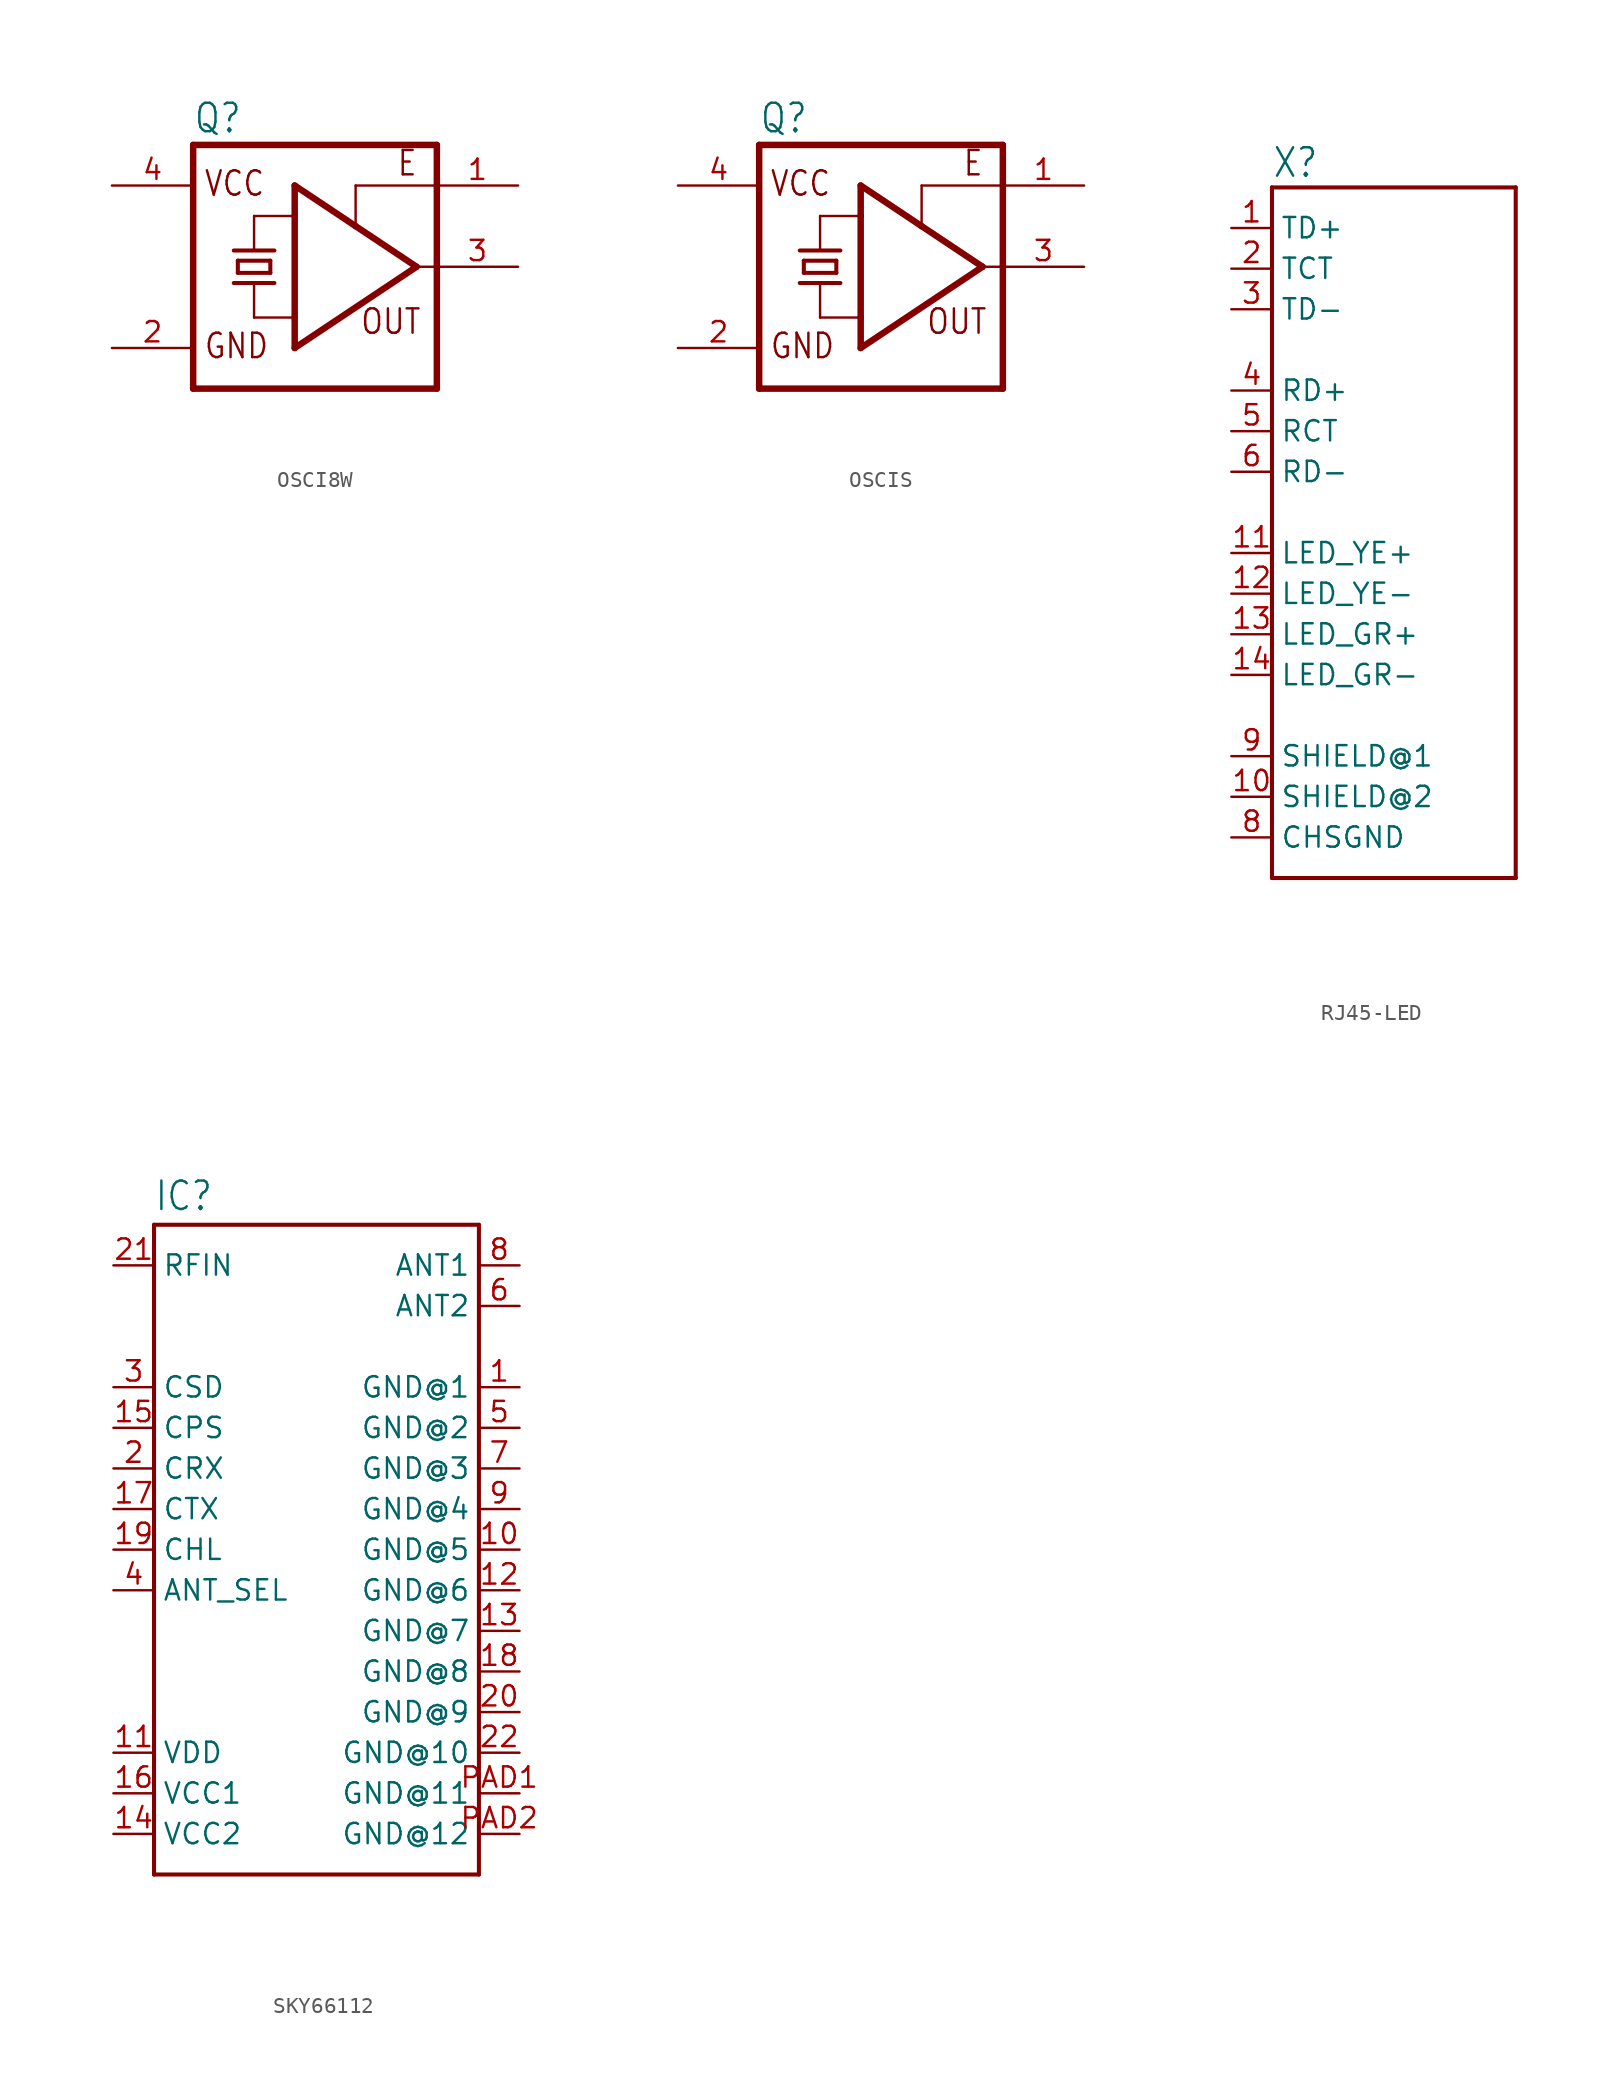
<source format=kicad_sym>
(kicad_symbol_lib
  (version 20231120)
  (generator "kicad_symbol_editor")
  (generator_version "8.0")
  (symbol "OSCI8W"
    (property "Reference" "Q"
      (at -7.62 8.255 0)
      (effects (font (size 1.778 1.511)) (justify left bottom)))
    (property "Value" ""
      (at -7.62 -10.16 0)
      (effects (font (size 1.778 1.511)) (justify left bottom)))
    (property "ki_locked" ""
      (at 0 0 0)
      (effects (font (size 1.27 1.27))))
    (symbol "OSCI8W_1_0"
      (polyline (pts (xy -7.62 7.62) (xy -7.62 -7.62)) (stroke (width 0.406) (type solid)) (fill (type none)))
      (polyline (pts (xy -7.62 7.62) (xy 7.62 7.62)) (stroke (width 0.406) (type solid)) (fill (type none)))
      (polyline (pts (xy -5.08 -1.016) (xy -3.81 -1.016)) (stroke (width 0.254) (type solid)) (fill (type none)))
      (polyline (pts (xy -5.08 1.016) (xy -2.54 1.016)) (stroke (width 0.254) (type solid)) (fill (type none)))
      (polyline (pts (xy -4.826 -0.381) (xy -4.826 0.381)) (stroke (width 0.254) (type solid)) (fill (type none)))
      (polyline (pts (xy -4.826 -0.381) (xy -2.794 -0.381)) (stroke (width 0.254) (type solid)) (fill (type none)))
      (polyline (pts (xy -4.826 0.381) (xy -2.794 0.381)) (stroke (width 0.254) (type solid)) (fill (type none)))
      (polyline (pts (xy -3.81 -3.175) (xy -3.81 -1.016)) (stroke (width 0.152) (type solid)) (fill (type none)))
      (polyline (pts (xy -3.81 -3.175) (xy -1.27 -3.175)) (stroke (width 0.152) (type solid)) (fill (type none)))
      (polyline (pts (xy -3.81 -1.016) (xy -2.54 -1.016)) (stroke (width 0.254) (type solid)) (fill (type none)))
      (polyline (pts (xy -3.81 1.016) (xy -3.81 3.175)) (stroke (width 0.152) (type solid)) (fill (type none)))
      (polyline (pts (xy -3.81 3.175) (xy -1.27 3.175)) (stroke (width 0.152) (type solid)) (fill (type none)))
      (polyline (pts (xy -2.794 0.381) (xy -2.794 -0.381)) (stroke (width 0.254) (type solid)) (fill (type none)))
      (polyline (pts (xy -1.27 -5.08) (xy -1.27 -3.175)) (stroke (width 0.406) (type solid)) (fill (type none)))
      (polyline (pts (xy -1.27 -3.175) (xy -1.27 3.175)) (stroke (width 0.406) (type solid)) (fill (type none)))
      (polyline (pts (xy -1.27 3.175) (xy -1.27 5.08)) (stroke (width 0.406) (type solid)) (fill (type none)))
      (polyline (pts (xy -1.27 5.08) (xy 2.54 2.54)) (stroke (width 0.406) (type solid)) (fill (type none)))
      (polyline (pts (xy 2.54 2.54) (xy 6.35 0)) (stroke (width 0.406) (type solid)) (fill (type none)))
      (polyline (pts (xy 2.54 5.08) (xy 2.54 2.54)) (stroke (width 0.152) (type solid)) (fill (type none)))
      (polyline (pts (xy 6.35 0) (xy -1.27 -5.08)) (stroke (width 0.406) (type solid)) (fill (type none)))
      (polyline (pts (xy 6.35 0) (xy 7.62 0)) (stroke (width 0.152) (type solid)) (fill (type none)))
      (polyline (pts (xy 7.62 -7.62) (xy -7.62 -7.62)) (stroke (width 0.406) (type solid)) (fill (type none)))
      (polyline (pts (xy 7.62 -7.62) (xy 7.62 0)) (stroke (width 0.406) (type solid)) (fill (type none)))
      (polyline (pts (xy 7.62 0) (xy 7.62 5.08)) (stroke (width 0.406) (type solid)) (fill (type none)))
      (polyline (pts (xy 7.62 5.08) (xy 2.54 5.08)) (stroke (width 0.152) (type solid)) (fill (type none)))
      (polyline (pts (xy 7.62 5.08) (xy 7.62 7.62)) (stroke (width 0.406) (type solid)) (fill (type none)))
      (text "E" (at 5.08 5.588 0) (effects (font (size 1.524 1.295)) (justify left bottom)))
      (text "GND" (at -6.985 -5.842 0) (effects (font (size 1.524 1.295)) (justify left bottom)))
      (text "OUT" (at 2.794 -4.318 0) (effects (font (size 1.524 1.295)) (justify left bottom)))
      (text "VCC" (at -6.985 4.318 0) (effects (font (size 1.524 1.295)) (justify left bottom)))
      (pin input line (at 12.7 5.08 180) (length 5.08) (name "OE" (effects (font (size 0 0)))) (number "1" (effects (font (size 1.27 1.27)))))
      (pin power_in line (at -12.7 -5.08 0) (length 5.08) (name "GND" (effects (font (size 0 0)))) (number "2" (effects (font (size 1.27 1.27)))))
      (pin output line (at 12.7 0 180) (length 5.08) (name "FO" (effects (font (size 0 0)))) (number "3" (effects (font (size 1.27 1.27)))))
      (pin power_in line (at -12.7 5.08 0) (length 5.08) (name "VCC" (effects (font (size 0 0)))) (number "4" (effects (font (size 1.27 1.27)))))))
  (symbol "OSCIS"
    (property "Reference" "Q"
      (at -7.62 8.255 0)
      (effects (font (size 1.778 1.511)) (justify left bottom)))
    (property "Value" ""
      (at -7.62 -10.16 0)
      (effects (font (size 1.778 1.511)) (justify left bottom)))
    (property "ki_locked" ""
      (at 0 0 0)
      (effects (font (size 1.27 1.27))))
    (symbol "OSCIS_1_0"
      (polyline (pts (xy -7.62 7.62) (xy -7.62 -7.62)) (stroke (width 0.406) (type solid)) (fill (type none)))
      (polyline (pts (xy -7.62 7.62) (xy 7.62 7.62)) (stroke (width 0.406) (type solid)) (fill (type none)))
      (polyline (pts (xy -5.08 -1.016) (xy -3.81 -1.016)) (stroke (width 0.254) (type solid)) (fill (type none)))
      (polyline (pts (xy -5.08 1.016) (xy -2.54 1.016)) (stroke (width 0.254) (type solid)) (fill (type none)))
      (polyline (pts (xy -4.826 -0.381) (xy -4.826 0.381)) (stroke (width 0.254) (type solid)) (fill (type none)))
      (polyline (pts (xy -4.826 -0.381) (xy -2.794 -0.381)) (stroke (width 0.254) (type solid)) (fill (type none)))
      (polyline (pts (xy -4.826 0.381) (xy -2.794 0.381)) (stroke (width 0.254) (type solid)) (fill (type none)))
      (polyline (pts (xy -3.81 -3.175) (xy -3.81 -1.016)) (stroke (width 0.152) (type solid)) (fill (type none)))
      (polyline (pts (xy -3.81 -3.175) (xy -1.27 -3.175)) (stroke (width 0.152) (type solid)) (fill (type none)))
      (polyline (pts (xy -3.81 -1.016) (xy -2.54 -1.016)) (stroke (width 0.254) (type solid)) (fill (type none)))
      (polyline (pts (xy -3.81 1.016) (xy -3.81 3.175)) (stroke (width 0.152) (type solid)) (fill (type none)))
      (polyline (pts (xy -3.81 3.175) (xy -1.27 3.175)) (stroke (width 0.152) (type solid)) (fill (type none)))
      (polyline (pts (xy -2.794 0.381) (xy -2.794 -0.381)) (stroke (width 0.254) (type solid)) (fill (type none)))
      (polyline (pts (xy -1.27 -5.08) (xy -1.27 -3.175)) (stroke (width 0.406) (type solid)) (fill (type none)))
      (polyline (pts (xy -1.27 -3.175) (xy -1.27 3.175)) (stroke (width 0.406) (type solid)) (fill (type none)))
      (polyline (pts (xy -1.27 3.175) (xy -1.27 5.08)) (stroke (width 0.406) (type solid)) (fill (type none)))
      (polyline (pts (xy -1.27 5.08) (xy 2.54 2.54)) (stroke (width 0.406) (type solid)) (fill (type none)))
      (polyline (pts (xy 2.54 2.54) (xy 6.35 0)) (stroke (width 0.406) (type solid)) (fill (type none)))
      (polyline (pts (xy 2.54 5.08) (xy 2.54 2.54)) (stroke (width 0.152) (type solid)) (fill (type none)))
      (polyline (pts (xy 6.35 0) (xy -1.27 -5.08)) (stroke (width 0.406) (type solid)) (fill (type none)))
      (polyline (pts (xy 6.35 0) (xy 7.62 0)) (stroke (width 0.152) (type solid)) (fill (type none)))
      (polyline (pts (xy 7.62 -7.62) (xy -7.62 -7.62)) (stroke (width 0.406) (type solid)) (fill (type none)))
      (polyline (pts (xy 7.62 -7.62) (xy 7.62 0)) (stroke (width 0.406) (type solid)) (fill (type none)))
      (polyline (pts (xy 7.62 0) (xy 7.62 5.08)) (stroke (width 0.406) (type solid)) (fill (type none)))
      (polyline (pts (xy 7.62 5.08) (xy 2.54 5.08)) (stroke (width 0.152) (type solid)) (fill (type none)))
      (polyline (pts (xy 7.62 5.08) (xy 7.62 7.62)) (stroke (width 0.406) (type solid)) (fill (type none)))
      (text "E" (at 5.08 5.588 0) (effects (font (size 1.524 1.295)) (justify left bottom)))
      (text "GND" (at -6.985 -5.842 0) (effects (font (size 1.524 1.295)) (justify left bottom)))
      (text "OUT" (at 2.794 -4.318 0) (effects (font (size 1.524 1.295)) (justify left bottom)))
      (text "VCC" (at -6.985 4.318 0) (effects (font (size 1.524 1.295)) (justify left bottom)))
      (pin input line (at 12.7 5.08 180) (length 5.08) (name "OE" (effects (font (size 0 0)))) (number "1" (effects (font (size 1.27 1.27)))))
      (pin power_in line (at -12.7 -5.08 0) (length 5.08) (name "GND" (effects (font (size 0 0)))) (number "2" (effects (font (size 1.27 1.27)))))
      (pin output line (at 12.7 0 180) (length 5.08) (name "FO" (effects (font (size 0 0)))) (number "3" (effects (font (size 1.27 1.27)))))
      (pin power_in line (at -12.7 5.08 0) (length 5.08) (name "VCC" (effects (font (size 0 0)))) (number "4" (effects (font (size 1.27 1.27)))))))
  (symbol "RJ45-LED"
    (property "Reference" "X"
      (at -7.62 20.828 0)
      (effects (font (size 1.778 1.511)) (justify left bottom)))
    (property "Value" ""
      (at -7.62 -25.4 0)
      (effects (font (size 1.778 1.511)) (justify left bottom)))
    (property "ki_locked" ""
      (at 0 0 0)
      (effects (font (size 1.27 1.27))))
    (symbol "RJ45-LED_1_0"
      (polyline (pts (xy -7.62 -22.86) (xy 7.62 -22.86)) (stroke (width 0.254) (type solid)) (fill (type none)))
      (polyline (pts (xy -7.62 20.32) (xy -7.62 -22.86)) (stroke (width 0.254) (type solid)) (fill (type none)))
      (polyline (pts (xy 7.62 -22.86) (xy 7.62 20.32)) (stroke (width 0.254) (type solid)) (fill (type none)))
      (polyline (pts (xy 7.62 20.32) (xy -7.62 20.32)) (stroke (width 0.254) (type solid)) (fill (type none)))
      (pin bidirectional line (at -10.16 17.78 0) (length 2.54) (name "TD+" (effects (font (size 1.27 1.27)))) (number "1" (effects (font (size 1.27 1.27)))))
      (pin bidirectional line (at -10.16 -17.78 0) (length 2.54) (name "SHIELD@2" (effects (font (size 1.27 1.27)))) (number "10" (effects (font (size 1.27 1.27)))))
      (pin bidirectional line (at -10.16 -2.54 0) (length 2.54) (name "LED_YE+" (effects (font (size 1.27 1.27)))) (number "11" (effects (font (size 1.27 1.27)))))
      (pin bidirectional line (at -10.16 -5.08 0) (length 2.54) (name "LED_YE-" (effects (font (size 1.27 1.27)))) (number "12" (effects (font (size 1.27 1.27)))))
      (pin bidirectional line (at -10.16 -7.62 0) (length 2.54) (name "LED_GR+" (effects (font (size 1.27 1.27)))) (number "13" (effects (font (size 1.27 1.27)))))
      (pin bidirectional line (at -10.16 -10.16 0) (length 2.54) (name "LED_GR-" (effects (font (size 1.27 1.27)))) (number "14" (effects (font (size 1.27 1.27)))))
      (pin bidirectional line (at -10.16 15.24 0) (length 2.54) (name "TCT" (effects (font (size 1.27 1.27)))) (number "2" (effects (font (size 1.27 1.27)))))
      (pin bidirectional line (at -10.16 12.7 0) (length 2.54) (name "TD-" (effects (font (size 1.27 1.27)))) (number "3" (effects (font (size 1.27 1.27)))))
      (pin bidirectional line (at -10.16 7.62 0) (length 2.54) (name "RD+" (effects (font (size 1.27 1.27)))) (number "4" (effects (font (size 1.27 1.27)))))
      (pin bidirectional line (at -10.16 5.08 0) (length 2.54) (name "RCT" (effects (font (size 1.27 1.27)))) (number "5" (effects (font (size 1.27 1.27)))))
      (pin bidirectional line (at -10.16 2.54 0) (length 2.54) (name "RD-" (effects (font (size 1.27 1.27)))) (number "6" (effects (font (size 1.27 1.27)))))
      (pin bidirectional line (at -10.16 -20.32 0) (length 2.54) (name "CHSGND" (effects (font (size 1.27 1.27)))) (number "8" (effects (font (size 1.27 1.27)))))
      (pin bidirectional line (at -10.16 -15.24 0) (length 2.54) (name "SHIELD@1" (effects (font (size 1.27 1.27)))) (number "9" (effects (font (size 1.27 1.27)))))))
  (symbol "SKY66112"
    (property "Reference" "IC"
      (at -10.16 18.542 0)
      (effects (font (size 1.778 1.511)) (justify left bottom)))
    (property "Value" ""
      (at -10.16 -25.4 0)
      (effects (font (size 1.778 1.511)) (justify left bottom)))
    (property "ki_locked" ""
      (at 0 0 0)
      (effects (font (size 1.27 1.27))))
    (symbol "SKY66112_1_0"
      (polyline (pts (xy -10.16 -22.86) (xy -10.16 17.78)) (stroke (width 0.254) (type solid)) (fill (type none)))
      (polyline (pts (xy -10.16 17.78) (xy 10.16 17.78)) (stroke (width 0.254) (type solid)) (fill (type none)))
      (polyline (pts (xy 10.16 -22.86) (xy -10.16 -22.86)) (stroke (width 0.254) (type solid)) (fill (type none)))
      (polyline (pts (xy 10.16 17.78) (xy 10.16 -22.86)) (stroke (width 0.254) (type solid)) (fill (type none)))
      (pin bidirectional line (at 12.7 7.62 180) (length 2.54) (name "GND@1" (effects (font (size 1.27 1.27)))) (number "1" (effects (font (size 1.27 1.27)))))
      (pin bidirectional line (at 12.7 -2.54 180) (length 2.54) (name "GND@5" (effects (font (size 1.27 1.27)))) (number "10" (effects (font (size 1.27 1.27)))))
      (pin bidirectional line (at -12.7 -15.24 0) (length 2.54) (name "VDD" (effects (font (size 1.27 1.27)))) (number "11" (effects (font (size 1.27 1.27)))))
      (pin bidirectional line (at 12.7 -5.08 180) (length 2.54) (name "GND@6" (effects (font (size 1.27 1.27)))) (number "12" (effects (font (size 1.27 1.27)))))
      (pin bidirectional line (at 12.7 -7.62 180) (length 2.54) (name "GND@7" (effects (font (size 1.27 1.27)))) (number "13" (effects (font (size 1.27 1.27)))))
      (pin bidirectional line (at -12.7 -20.32 0) (length 2.54) (name "VCC2" (effects (font (size 1.27 1.27)))) (number "14" (effects (font (size 1.27 1.27)))))
      (pin bidirectional line (at -12.7 5.08 0) (length 2.54) (name "CPS" (effects (font (size 1.27 1.27)))) (number "15" (effects (font (size 1.27 1.27)))))
      (pin bidirectional line (at -12.7 -17.78 0) (length 2.54) (name "VCC1" (effects (font (size 1.27 1.27)))) (number "16" (effects (font (size 1.27 1.27)))))
      (pin bidirectional line (at -12.7 0 0) (length 2.54) (name "CTX" (effects (font (size 1.27 1.27)))) (number "17" (effects (font (size 1.27 1.27)))))
      (pin bidirectional line (at 12.7 -10.16 180) (length 2.54) (name "GND@8" (effects (font (size 1.27 1.27)))) (number "18" (effects (font (size 1.27 1.27)))))
      (pin bidirectional line (at -12.7 -2.54 0) (length 2.54) (name "CHL" (effects (font (size 1.27 1.27)))) (number "19" (effects (font (size 1.27 1.27)))))
      (pin bidirectional line (at -12.7 2.54 0) (length 2.54) (name "CRX" (effects (font (size 1.27 1.27)))) (number "2" (effects (font (size 1.27 1.27)))))
      (pin bidirectional line (at 12.7 -12.7 180) (length 2.54) (name "GND@9" (effects (font (size 1.27 1.27)))) (number "20" (effects (font (size 1.27 1.27)))))
      (pin bidirectional line (at -12.7 15.24 0) (length 2.54) (name "RFIN" (effects (font (size 1.27 1.27)))) (number "21" (effects (font (size 1.27 1.27)))))
      (pin bidirectional line (at 12.7 -15.24 180) (length 2.54) (name "GND@10" (effects (font (size 1.27 1.27)))) (number "22" (effects (font (size 1.27 1.27)))))
      (pin bidirectional line (at -12.7 7.62 0) (length 2.54) (name "CSD" (effects (font (size 1.27 1.27)))) (number "3" (effects (font (size 1.27 1.27)))))
      (pin bidirectional line (at -12.7 -5.08 0) (length 2.54) (name "ANT_SEL" (effects (font (size 1.27 1.27)))) (number "4" (effects (font (size 1.27 1.27)))))
      (pin bidirectional line (at 12.7 5.08 180) (length 2.54) (name "GND@2" (effects (font (size 1.27 1.27)))) (number "5" (effects (font (size 1.27 1.27)))))
      (pin bidirectional line (at 12.7 12.7 180) (length 2.54) (name "ANT2" (effects (font (size 1.27 1.27)))) (number "6" (effects (font (size 1.27 1.27)))))
      (pin bidirectional line (at 12.7 2.54 180) (length 2.54) (name "GND@3" (effects (font (size 1.27 1.27)))) (number "7" (effects (font (size 1.27 1.27)))))
      (pin bidirectional line (at 12.7 15.24 180) (length 2.54) (name "ANT1" (effects (font (size 1.27 1.27)))) (number "8" (effects (font (size 1.27 1.27)))))
      (pin bidirectional line (at 12.7 0 180) (length 2.54) (name "GND@4" (effects (font (size 1.27 1.27)))) (number "9" (effects (font (size 1.27 1.27)))))
      (pin bidirectional line (at 12.7 -17.78 180) (length 2.54) (name "GND@11" (effects (font (size 1.27 1.27)))) (number "PAD1" (effects (font (size 1.27 1.27)))))
      (pin bidirectional line (at 12.7 -20.32 180) (length 2.54) (name "GND@12" (effects (font (size 1.27 1.27)))) (number "PAD2" (effects (font (size 1.27 1.27))))))))
</source>
